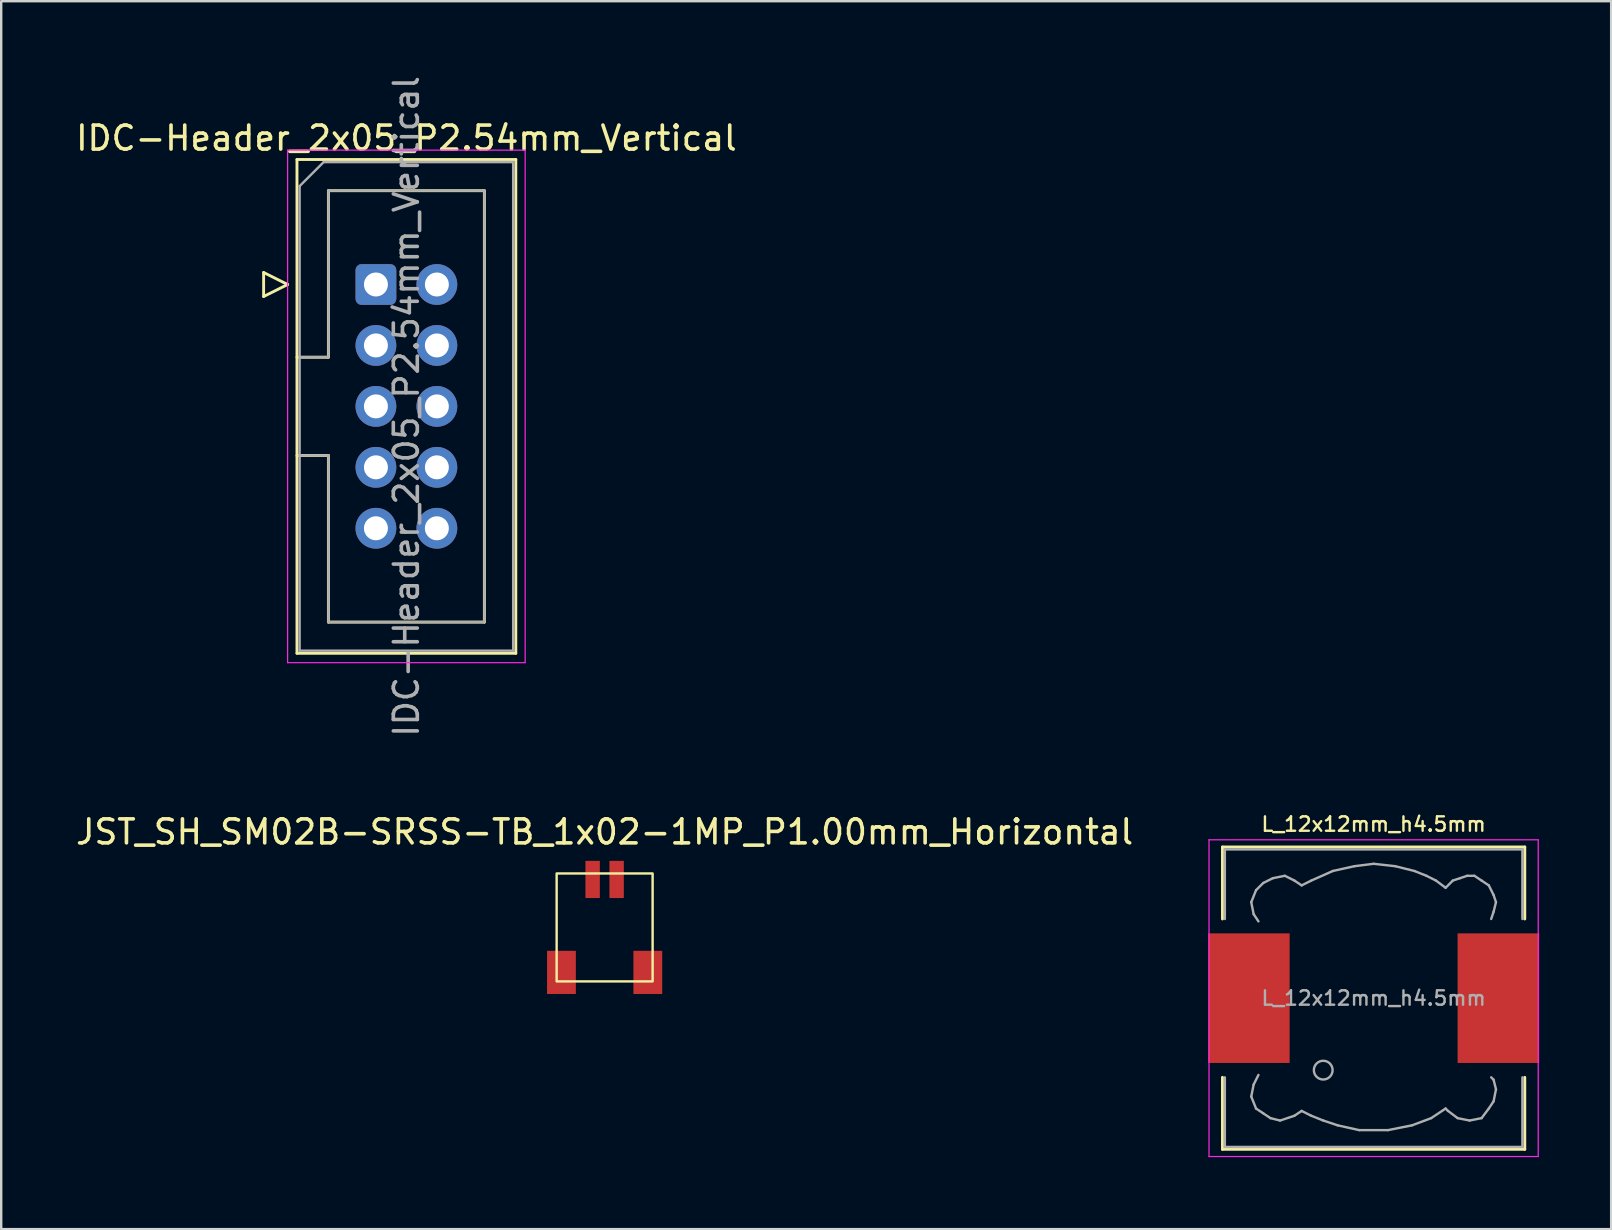
<source format=kicad_pcb>
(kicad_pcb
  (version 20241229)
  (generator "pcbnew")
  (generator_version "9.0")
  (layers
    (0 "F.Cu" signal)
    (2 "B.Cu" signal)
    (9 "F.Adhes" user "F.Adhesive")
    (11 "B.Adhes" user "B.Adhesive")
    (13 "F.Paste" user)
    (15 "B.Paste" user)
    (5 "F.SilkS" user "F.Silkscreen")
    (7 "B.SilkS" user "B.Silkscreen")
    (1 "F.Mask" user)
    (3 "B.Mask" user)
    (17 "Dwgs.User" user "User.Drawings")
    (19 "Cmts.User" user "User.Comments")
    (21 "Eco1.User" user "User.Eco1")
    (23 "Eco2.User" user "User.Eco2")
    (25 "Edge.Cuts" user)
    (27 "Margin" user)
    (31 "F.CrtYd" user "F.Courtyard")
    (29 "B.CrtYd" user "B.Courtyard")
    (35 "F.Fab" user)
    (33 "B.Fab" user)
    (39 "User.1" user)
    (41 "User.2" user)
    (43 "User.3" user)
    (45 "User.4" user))
  (footprint "JST_SH_SM02B-SRSS-TB_1x02-1MP_P1.00mm_Horizontal"
    (layer "F.Cu")
    (at 22.149 35.602)
    (property "Reference" "JST_SH_SM02B-SRSS-TB_1x02-1MP_P1.00mm_Horizontal" (at 0 -3.98 180) (layer "F.SilkS") (effects (font (size 1 1) (thickness 0.15))))
    (attr smd)
    (fp_rect (start -2 -2.25) (end 2 2.25) (stroke (width 0.1) (type default)) (fill no) (layer "F.SilkS"))
    (pad "1" smd rect (at -0.5 -2) (size 0.6 1.55) (layers "F.Cu" "F.Mask" "F.Paste"))
    (pad "2" smd rect (at 0.5 -2) (size 0.6 1.55) (layers "F.Cu" "F.Mask" "F.Paste"))
    (pad "MP" smd rect (at -1.8 1.875) (size 1.2 1.8) (layers "F.Cu" "F.Mask" "F.Paste"))
    (pad "MP" smd rect (at 1.8 1.875) (size 1.2 1.8) (layers "F.Cu" "F.Mask" "F.Paste")))
  (footprint "IDC-Header_2x05_P2.54mm_Vertical"
    (layer "F.Cu")
    (at 13.887 13.887)
    (property "Reference" "IDC-Header_2x05_P2.54mm_Vertical" (at 0 -11.18 0) (layer "F.SilkS") (effects (font (size 1 1) (thickness 0.15))))
    (attr through_hole)
    (fp_line (start -5.95 -5.58) (end -5.95 -4.58) (stroke (width 0.12) (type solid)) (layer "F.SilkS"))
    (fp_line (start -5.95 -4.58) (end -4.95 -5.08) (stroke (width 0.12) (type solid)) (layer "F.SilkS"))
    (fp_line (start -4.95 -5.08) (end -5.95 -5.58) (stroke (width 0.12) (type solid)) (layer "F.SilkS"))
    (fp_line (start -4.56 -10.29) (end 4.56 -10.29) (stroke (width 0.12) (type solid)) (layer "F.SilkS"))
    (fp_line (start -4.56 -2.05) (end -3.25 -2.05) (stroke (width 0.12) (type solid)) (layer "F.SilkS"))
    (fp_line (start -4.56 10.29) (end -4.56 -10.29) (stroke (width 0.12) (type solid)) (layer "F.SilkS"))
    (fp_line (start -3.25 -8.99) (end 3.25 -8.99) (stroke (width 0.12) (type solid)) (layer "F.SilkS"))
    (fp_line (start -3.25 -2.05) (end -3.25 -8.99) (stroke (width 0.12) (type solid)) (layer "F.SilkS"))
    (fp_line (start -3.25 2.05) (end -4.56 2.05) (stroke (width 0.12) (type solid)) (layer "F.SilkS"))
    (fp_line (start -3.25 2.05) (end -3.25 2.05) (stroke (width 0.12) (type solid)) (layer "F.SilkS"))
    (fp_line (start -3.25 8.99) (end -3.25 2.05) (stroke (width 0.12) (type solid)) (layer "F.SilkS"))
    (fp_line (start 3.25 -8.99) (end 3.25 8.99) (stroke (width 0.12) (type solid)) (layer "F.SilkS"))
    (fp_line (start 3.25 8.99) (end -3.25 8.99) (stroke (width 0.12) (type solid)) (layer "F.SilkS"))
    (fp_line (start 4.56 -10.29) (end 4.56 10.29) (stroke (width 0.12) (type solid)) (layer "F.SilkS"))
    (fp_line (start 4.56 10.29) (end -4.56 10.29) (stroke (width 0.12) (type solid)) (layer "F.SilkS"))
    (fp_line (start -4.95 -10.68) (end -4.95 10.68) (stroke (width 0.05) (type solid)) (layer "F.CrtYd"))
    (fp_line (start -4.95 10.68) (end 4.95 10.68) (stroke (width 0.05) (type solid)) (layer "F.CrtYd"))
    (fp_line (start 4.95 -10.68) (end -4.95 -10.68) (stroke (width 0.05) (type solid)) (layer "F.CrtYd"))
    (fp_line (start 4.95 10.68) (end 4.95 -10.68) (stroke (width 0.05) (type solid)) (layer "F.CrtYd"))
    (fp_line (start -4.45 -9.18) (end -3.45 -10.18) (stroke (width 0.1) (type solid)) (layer "F.Fab"))
    (fp_line (start -4.45 -2.05) (end -3.25 -2.05) (stroke (width 0.1) (type solid)) (layer "F.Fab"))
    (fp_line (start -4.45 10.18) (end -4.45 -9.18) (stroke (width 0.1) (type solid)) (layer "F.Fab"))
    (fp_line (start -3.45 -10.18) (end 4.45 -10.18) (stroke (width 0.1) (type solid)) (layer "F.Fab"))
    (fp_line (start -3.25 -8.99) (end 3.25 -8.99) (stroke (width 0.1) (type solid)) (layer "F.Fab"))
    (fp_line (start -3.25 -2.05) (end -3.25 -8.99) (stroke (width 0.1) (type solid)) (layer "F.Fab"))
    (fp_line (start -3.25 2.05) (end -4.45 2.05) (stroke (width 0.1) (type solid)) (layer "F.Fab"))
    (fp_line (start -3.25 2.05) (end -3.25 2.05) (stroke (width 0.1) (type solid)) (layer "F.Fab"))
    (fp_line (start -3.25 8.99) (end -3.25 2.05) (stroke (width 0.1) (type solid)) (layer "F.Fab"))
    (fp_line (start 3.25 -8.99) (end 3.25 8.99) (stroke (width 0.1) (type solid)) (layer "F.Fab"))
    (fp_line (start 3.25 8.99) (end -3.25 8.99) (stroke (width 0.1) (type solid)) (layer "F.Fab"))
    (fp_line (start 4.45 -10.18) (end 4.45 10.18) (stroke (width 0.1) (type solid)) (layer "F.Fab"))
    (fp_line (start 4.45 10.18) (end -4.45 10.18) (stroke (width 0.1) (type solid)) (layer "F.Fab"))
    (fp_text user "${REFERENCE}" (at 0 0 90) (layer "F.Fab") (effects (font (size 1 1) (thickness 0.15))))
    (pad "1" thru_hole roundrect (at -1.27 -5.08) (size 1.7 1.7) (drill 1) (layers "*.Cu" "*.Mask") (roundrect_rratio 0.147))
    (pad "2" thru_hole circle (at 1.27 -5.08) (size 1.7 1.7) (drill 1) (layers "*.Cu" "*.Mask"))
    (pad "3" thru_hole circle (at -1.27 -2.54) (size 1.7 1.7) (drill 1) (layers "*.Cu" "*.Mask"))
    (pad "4" thru_hole circle (at 1.27 -2.54) (size 1.7 1.7) (drill 1) (layers "*.Cu" "*.Mask"))
    (pad "5" thru_hole circle (at -1.27 0) (size 1.7 1.7) (drill 1) (layers "*.Cu" "*.Mask"))
    (pad "6" thru_hole circle (at 1.27 0) (size 1.7 1.7) (drill 1) (layers "*.Cu" "*.Mask"))
    (pad "7" thru_hole circle (at -1.27 2.54) (size 1.7 1.7) (drill 1) (layers "*.Cu" "*.Mask"))
    (pad "8" thru_hole circle (at 1.27 2.54) (size 1.7 1.7) (drill 1) (layers "*.Cu" "*.Mask"))
    (pad "9" thru_hole circle (at -1.27 5.08) (size 1.7 1.7) (drill 1) (layers "*.Cu" "*.Mask"))
    (pad "10" thru_hole circle (at 1.27 5.08) (size 1.7 1.7) (drill 1) (layers "*.Cu" "*.Mask")))
  (footprint "L_12x12mm_h4.5mm"
    (placed yes)
    (layer "F.Cu")
    (at 54.198 38.55)
    (property "Reference" "L_12x12mm_h4.5mm" (at 0 -7.25 0) (layer "F.SilkS") (effects (font (size 0.6 0.6) (thickness 0.1))))
    (attr smd)
    (fp_line (start -6.3 -6.3) (end 6.3 -6.3) (stroke (width 0.12) (type solid)) (layer "F.SilkS"))
    (fp_line (start -6.3 -3.3) (end -6.3 -6.3) (stroke (width 0.12) (type solid)) (layer "F.SilkS"))
    (fp_line (start -6.3 6.3) (end -6.3 3.3) (stroke (width 0.12) (type solid)) (layer "F.SilkS"))
    (fp_line (start 6.3 -6.3) (end 6.3 -3.3) (stroke (width 0.12) (type solid)) (layer "F.SilkS"))
    (fp_line (start 6.3 3.3) (end 6.3 6.3) (stroke (width 0.12) (type solid)) (layer "F.SilkS"))
    (fp_line (start 6.3 6.3) (end -6.3 6.3) (stroke (width 0.12) (type solid)) (layer "F.SilkS"))
    (fp_line (start -6.86 -6.6) (end 6.86 -6.6) (stroke (width 0.05) (type solid)) (layer "F.CrtYd"))
    (fp_line (start -6.86 6.6) (end -6.86 -6.6) (stroke (width 0.05) (type solid)) (layer "F.CrtYd"))
    (fp_line (start 6.86 -6.6) (end 6.86 6.6) (stroke (width 0.05) (type solid)) (layer "F.CrtYd"))
    (fp_line (start 6.86 6.6) (end -6.86 6.6) (stroke (width 0.05) (type solid)) (layer "F.CrtYd"))
    (fp_line (start -6.2 -6.2) (end -6.2 -3.3) (stroke (width 0.1) (type solid)) (layer "F.Fab"))
    (fp_line (start -6.2 3.3) (end -6.2 6.2) (stroke (width 0.1) (type solid)) (layer "F.Fab"))
    (fp_line (start -6.2 6.2) (end 6.2 6.2) (stroke (width 0.1) (type solid)) (layer "F.Fab"))
    (fp_line (start -5.1 -4) (end -5 -3.5) (stroke (width 0.1) (type solid)) (layer "F.Fab"))
    (fp_line (start -5.1 4.1) (end -5 3.6) (stroke (width 0.1) (type solid)) (layer "F.Fab"))
    (fp_line (start -5 -3.5) (end -4.8 -3.2) (stroke (width 0.1) (type solid)) (layer "F.Fab"))
    (fp_line (start -5 3.6) (end -4.8 3.2) (stroke (width 0.1) (type solid)) (layer "F.Fab"))
    (fp_line (start -4.9 -4.5) (end -5.1 -4) (stroke (width 0.1) (type solid)) (layer "F.Fab"))
    (fp_line (start -4.9 4.6) (end -5.1 4.1) (stroke (width 0.1) (type solid)) (layer "F.Fab"))
    (fp_line (start -4.6 -4.8) (end -4.9 -4.5) (stroke (width 0.1) (type solid)) (layer "F.Fab"))
    (fp_line (start -4.6 4.8) (end -4.9 4.6) (stroke (width 0.1) (type solid)) (layer "F.Fab"))
    (fp_line (start -4.3 5) (end -4.6 4.8) (stroke (width 0.1) (type solid)) (layer "F.Fab"))
    (fp_line (start -4.2 -5) (end -4.6 -4.8) (stroke (width 0.1) (type solid)) (layer "F.Fab"))
    (fp_line (start -3.9 5.1) (end -4.3 5) (stroke (width 0.1) (type solid)) (layer "F.Fab"))
    (fp_line (start -3.7 -5.1) (end -4.2 -5) (stroke (width 0.1) (type solid)) (layer "F.Fab"))
    (fp_line (start -3.3 -4.9) (end -3.7 -5.1) (stroke (width 0.1) (type solid)) (layer "F.Fab"))
    (fp_line (start -3.3 4.9) (end -3.9 5.1) (stroke (width 0.1) (type solid)) (layer "F.Fab"))
    (fp_line (start -3 -4.7) (end -3.3 -4.9) (stroke (width 0.1) (type solid)) (layer "F.Fab"))
    (fp_line (start -3 4.7) (end -3.3 4.9) (stroke (width 0.1) (type solid)) (layer "F.Fab"))
    (fp_line (start -2.6 -4.9) (end -3 -4.7) (stroke (width 0.1) (type solid)) (layer "F.Fab"))
    (fp_line (start -2.6 4.9) (end -3 4.7) (stroke (width 0.1) (type solid)) (layer "F.Fab"))
    (fp_line (start -2.1 5.1) (end -2.6 4.9) (stroke (width 0.1) (type solid)) (layer "F.Fab"))
    (fp_line (start -1.7 -5.3) (end -2.6 -4.9) (stroke (width 0.1) (type solid)) (layer "F.Fab"))
    (fp_line (start -1.5 5.3) (end -2.1 5.1) (stroke (width 0.1) (type solid)) (layer "F.Fab"))
    (fp_line (start -0.8 -5.5) (end -1.7 -5.3) (stroke (width 0.1) (type solid)) (layer "F.Fab"))
    (fp_line (start -0.6 5.5) (end -1.5 5.3) (stroke (width 0.1) (type solid)) (layer "F.Fab"))
    (fp_line (start 0 -5.6) (end -0.8 -5.5) (stroke (width 0.1) (type solid)) (layer "F.Fab"))
    (fp_line (start 0.6 5.5) (end -0.6 5.5) (stroke (width 0.1) (type solid)) (layer "F.Fab"))
    (fp_line (start 0.9 -5.5) (end 0 -5.6) (stroke (width 0.1) (type solid)) (layer "F.Fab"))
    (fp_line (start 1.6 5.3) (end 0.6 5.5) (stroke (width 0.1) (type solid)) (layer "F.Fab"))
    (fp_line (start 1.7 -5.3) (end 0.9 -5.5) (stroke (width 0.1) (type solid)) (layer "F.Fab"))
    (fp_line (start 2.2 -5.1) (end 1.7 -5.3) (stroke (width 0.1) (type solid)) (layer "F.Fab"))
    (fp_line (start 2.4 5) (end 1.6 5.3) (stroke (width 0.1) (type solid)) (layer "F.Fab"))
    (fp_line (start 2.6 -4.9) (end 2.2 -5.1) (stroke (width 0.1) (type solid)) (layer "F.Fab"))
    (fp_line (start 3 -4.6) (end 2.6 -4.9) (stroke (width 0.1) (type solid)) (layer "F.Fab"))
    (fp_line (start 3 4.6) (end 2.4 5) (stroke (width 0.1) (type solid)) (layer "F.Fab"))
    (fp_line (start 3.1 4.7) (end 3 4.6) (stroke (width 0.1) (type solid)) (layer "F.Fab"))
    (fp_line (start 3.3 -4.9) (end 3 -4.6) (stroke (width 0.1) (type solid)) (layer "F.Fab"))
    (fp_line (start 3.5 5) (end 3.1 4.7) (stroke (width 0.1) (type solid)) (layer "F.Fab"))
    (fp_line (start 3.6 -5) (end 3.3 -4.9) (stroke (width 0.1) (type solid)) (layer "F.Fab"))
    (fp_line (start 3.9 -5.1) (end 3.6 -5) (stroke (width 0.1) (type solid)) (layer "F.Fab"))
    (fp_line (start 4 5.1) (end 3.5 5) (stroke (width 0.1) (type solid)) (layer "F.Fab"))
    (fp_line (start 4.2 -5.1) (end 3.9 -5.1) (stroke (width 0.1) (type solid)) (layer "F.Fab"))
    (fp_line (start 4.5 -4.9) (end 4.2 -5.1) (stroke (width 0.1) (type solid)) (layer "F.Fab"))
    (fp_line (start 4.5 5) (end 4 5.1) (stroke (width 0.1) (type solid)) (layer "F.Fab"))
    (fp_line (start 4.8 -4.7) (end 4.5 -4.9) (stroke (width 0.1) (type solid)) (layer "F.Fab"))
    (fp_line (start 4.8 4.6) (end 4.5 5) (stroke (width 0.1) (type solid)) (layer "F.Fab"))
    (fp_line (start 4.9 -3.3) (end 5 -3.6) (stroke (width 0.1) (type solid)) (layer "F.Fab"))
    (fp_line (start 4.9 3.3) (end 5 3.4) (stroke (width 0.1) (type solid)) (layer "F.Fab"))
    (fp_line (start 5 -4.3) (end 4.8 -4.7) (stroke (width 0.1) (type solid)) (layer "F.Fab"))
    (fp_line (start 5 -3.6) (end 5.1 -4) (stroke (width 0.1) (type solid)) (layer "F.Fab"))
    (fp_line (start 5 3.4) (end 5.1 3.8) (stroke (width 0.1) (type solid)) (layer "F.Fab"))
    (fp_line (start 5 4.3) (end 4.8 4.6) (stroke (width 0.1) (type solid)) (layer "F.Fab"))
    (fp_line (start 5.1 -4) (end 5 -4.3) (stroke (width 0.1) (type solid)) (layer "F.Fab"))
    (fp_line (start 5.1 3.8) (end 5 4.3) (stroke (width 0.1) (type solid)) (layer "F.Fab"))
    (fp_line (start 6.2 -6.2) (end -6.2 -6.2) (stroke (width 0.1) (type solid)) (layer "F.Fab"))
    (fp_line (start 6.2 -6.2) (end 6.2 -3.3) (stroke (width 0.1) (type solid)) (layer "F.Fab"))
    (fp_line (start 6.2 6.2) (end 6.2 3.3) (stroke (width 0.1) (type solid)) (layer "F.Fab"))
    (fp_circle (center -2.1 3) (end -1.8 3.25) (stroke (width 0.1) (type solid)) (fill no) (layer "F.Fab"))
    (fp_text user "${REFERENCE}" (at 0 0 0) (layer "F.Fab") (effects (font (size 0.6 0.6) (thickness 0.1))))
    (pad "1" smd rect (at -5.2 0) (size 3.4 5.4) (layers "F.Cu" "F.Mask" "F.Paste"))
    (pad "2" smd rect (at 5.2 0) (size 3.4 5.4) (layers "F.Cu" "F.Mask" "F.Paste")))
  (gr_rect
    (start -3 -3)
    (end 64.098 48.175)
    (stroke (width 0.1) (type default))
    (fill no)
    (layer "Edge.Cuts")))
</source>
